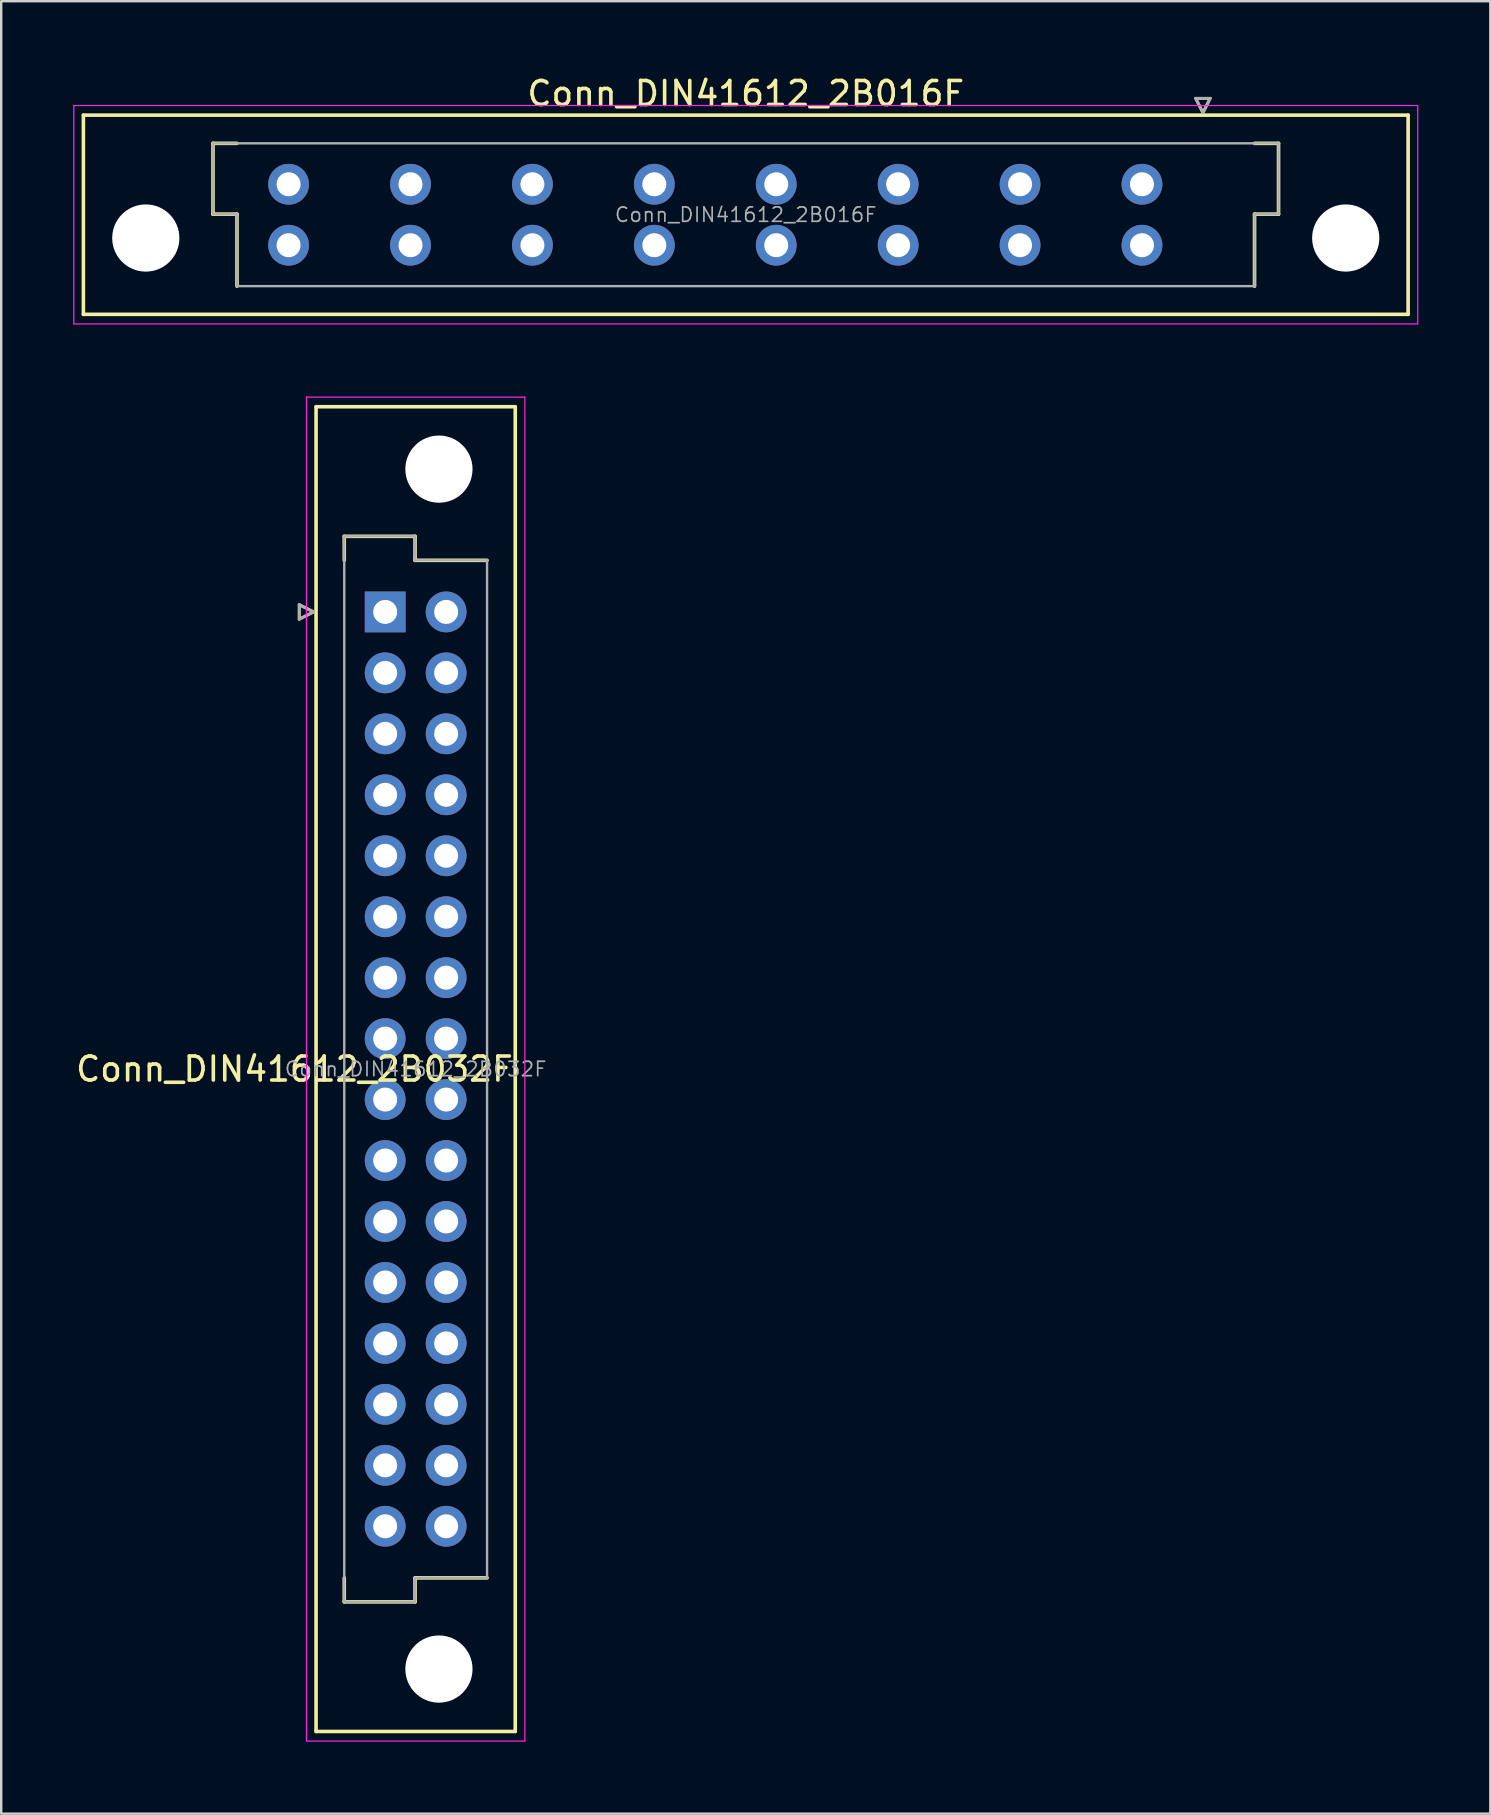
<source format=kicad_pcb>
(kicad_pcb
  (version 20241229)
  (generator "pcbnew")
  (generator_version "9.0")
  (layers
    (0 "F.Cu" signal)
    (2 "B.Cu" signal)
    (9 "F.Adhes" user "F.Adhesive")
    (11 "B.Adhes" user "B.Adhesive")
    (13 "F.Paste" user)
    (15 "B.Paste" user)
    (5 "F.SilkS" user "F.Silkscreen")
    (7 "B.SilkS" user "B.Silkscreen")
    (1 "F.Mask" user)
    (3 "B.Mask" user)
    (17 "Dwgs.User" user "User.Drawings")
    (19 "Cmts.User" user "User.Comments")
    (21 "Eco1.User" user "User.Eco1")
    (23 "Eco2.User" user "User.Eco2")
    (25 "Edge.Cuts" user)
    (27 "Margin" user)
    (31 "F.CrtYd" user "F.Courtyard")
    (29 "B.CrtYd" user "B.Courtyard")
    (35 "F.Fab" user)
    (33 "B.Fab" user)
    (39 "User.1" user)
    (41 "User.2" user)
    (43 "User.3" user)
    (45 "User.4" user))
  (footprint "Conn_DIN41612_2B016F"
    (layer "F.Cu")
    (at 47.075 4.628)
    (property "Reference" "Conn_DIN41612_2B016F" (at -19.05 -3.78 0) (layer "F.SilkS") (effects (font (size 1 1) (thickness 0.15))))
    (attr through_hole)
    (fp_line (start -46.65 -2.88) (end -46.65 5.42) (stroke (width 0.15) (type solid)) (layer "F.SilkS"))
    (fp_line (start -46.65 5.42) (end 8.55 5.42) (stroke (width 0.15) (type solid)) (layer "F.SilkS"))
    (fp_line (start -41.25 -1.705) (end -41.25 1.245) (stroke (width 0.15) (type solid)) (layer "F.SilkS"))
    (fp_line (start -41.25 1.245) (end -40.25 1.245) (stroke (width 0.15) (type solid)) (layer "F.SilkS"))
    (fp_line (start -40.25 -1.705) (end -41.25 -1.705) (stroke (width 0.15) (type solid)) (layer "F.SilkS"))
    (fp_line (start -40.25 1.245) (end -40.25 4.245) (stroke (width 0.15) (type solid)) (layer "F.SilkS"))
    (fp_line (start -0.3 -3.58) (end 0.3 -3.58) (stroke (width 0.12) (type solid)) (layer "F.SilkS"))
    (fp_line (start 0 -2.98) (end -0.3 -3.58) (stroke (width 0.12) (type solid)) (layer "F.SilkS"))
    (fp_line (start 0.3 -3.58) (end 0 -2.98) (stroke (width 0.12) (type solid)) (layer "F.SilkS"))
    (fp_line (start 2.15 1.245) (end 3.15 1.245) (stroke (width 0.15) (type solid)) (layer "F.SilkS"))
    (fp_line (start 2.15 4.245) (end 2.15 1.245) (stroke (width 0.15) (type solid)) (layer "F.SilkS"))
    (fp_line (start 3.15 -1.705) (end 2.15 -1.705) (stroke (width 0.15) (type solid)) (layer "F.SilkS"))
    (fp_line (start 3.15 1.245) (end 3.15 -1.705) (stroke (width 0.15) (type solid)) (layer "F.SilkS"))
    (fp_line (start 8.55 -2.88) (end -46.65 -2.88) (stroke (width 0.15) (type solid)) (layer "F.SilkS"))
    (fp_line (start 8.55 5.42) (end 8.55 -2.88) (stroke (width 0.15) (type solid)) (layer "F.SilkS"))
    (fp_line (start -47.05 -3.28) (end -47.05 5.82) (stroke (width 0.05) (type solid)) (layer "F.CrtYd"))
    (fp_line (start -47.05 5.82) (end 8.95 5.82) (stroke (width 0.05) (type solid)) (layer "F.CrtYd"))
    (fp_line (start 8.95 -3.28) (end -47.05 -3.28) (stroke (width 0.05) (type solid)) (layer "F.CrtYd"))
    (fp_line (start 8.95 5.82) (end 8.95 -3.28) (stroke (width 0.05) (type solid)) (layer "F.CrtYd"))
    (fp_line (start -41.25 -1.705) (end -41.25 1.245) (stroke (width 0.1) (type solid)) (layer "F.Fab"))
    (fp_line (start -41.25 1.245) (end -40.25 1.245) (stroke (width 0.1) (type solid)) (layer "F.Fab"))
    (fp_line (start -40.25 -1.705) (end -41.25 -1.705) (stroke (width 0.1) (type solid)) (layer "F.Fab"))
    (fp_line (start -40.25 1.245) (end -40.25 4.245) (stroke (width 0.1) (type solid)) (layer "F.Fab"))
    (fp_line (start -40.25 4.245) (end 2.15 4.245) (stroke (width 0.1) (type solid)) (layer "F.Fab"))
    (fp_line (start -0.3 -3.58) (end 0.3 -3.58) (stroke (width 0.12) (type solid)) (layer "F.Fab"))
    (fp_line (start 0 -2.98) (end -0.3 -3.58) (stroke (width 0.12) (type solid)) (layer "F.Fab"))
    (fp_line (start 0.3 -3.58) (end 0 -2.98) (stroke (width 0.12) (type solid)) (layer "F.Fab"))
    (fp_line (start 2.15 -1.705) (end -40.25 -1.705) (stroke (width 0.1) (type solid)) (layer "F.Fab"))
    (fp_line (start 2.15 1.245) (end 3.15 1.245) (stroke (width 0.1) (type solid)) (layer "F.Fab"))
    (fp_line (start 2.15 4.245) (end 2.15 1.245) (stroke (width 0.1) (type solid)) (layer "F.Fab"))
    (fp_line (start 3.15 -1.705) (end 2.15 -1.705) (stroke (width 0.1) (type solid)) (layer "F.Fab"))
    (fp_line (start 3.15 1.245) (end 3.15 -1.705) (stroke (width 0.1) (type solid)) (layer "F.Fab"))
    (fp_text user "${REFERENCE}" (at -19.05 1.27 0) (layer "F.Fab") (effects (font (size 0.6 0.6) (thickness 0.07))))
    (pad "" np_thru_hole circle (at -44.05 2.24) (size 2.8 2.8) (drill 2.8) (layers "*.Cu" "*.Mask"))
    (pad "" np_thru_hole circle (at 5.95 2.24) (size 2.8 2.8) (drill 2.8) (layers "*.Cu" "*.Mask"))
    (pad "A2" thru_hole circle (at -2.54 0) (size 1.7 1.7) (drill 1) (layers "*.Cu" "*.Mask"))
    (pad "A4" thru_hole circle (at -7.62 0) (size 1.7 1.7) (drill 1) (layers "*.Cu" "*.Mask"))
    (pad "A6" thru_hole circle (at -12.7 0) (size 1.7 1.7) (drill 1) (layers "*.Cu" "*.Mask"))
    (pad "A8" thru_hole circle (at -17.78 0) (size 1.7 1.7) (drill 1) (layers "*.Cu" "*.Mask"))
    (pad "A10" thru_hole circle (at -22.86 0) (size 1.7 1.7) (drill 1) (layers "*.Cu" "*.Mask"))
    (pad "A12" thru_hole circle (at -27.94 0) (size 1.7 1.7) (drill 1) (layers "*.Cu" "*.Mask"))
    (pad "A14" thru_hole circle (at -33.02 0) (size 1.7 1.7) (drill 1) (layers "*.Cu" "*.Mask"))
    (pad "A16" thru_hole circle (at -38.1 0) (size 1.7 1.7) (drill 1) (layers "*.Cu" "*.Mask"))
    (pad "B2" thru_hole circle (at -2.54 2.54) (size 1.7 1.7) (drill 1) (layers "*.Cu" "*.Mask"))
    (pad "B4" thru_hole circle (at -7.62 2.54) (size 1.7 1.7) (drill 1) (layers "*.Cu" "*.Mask"))
    (pad "B6" thru_hole circle (at -12.7 2.54) (size 1.7 1.7) (drill 1) (layers "*.Cu" "*.Mask"))
    (pad "B8" thru_hole circle (at -17.78 2.54) (size 1.7 1.7) (drill 1) (layers "*.Cu" "*.Mask"))
    (pad "B10" thru_hole circle (at -22.86 2.54) (size 1.7 1.7) (drill 1) (layers "*.Cu" "*.Mask"))
    (pad "B12" thru_hole circle (at -27.94 2.54) (size 1.7 1.7) (drill 1) (layers "*.Cu" "*.Mask"))
    (pad "B14" thru_hole circle (at -33.02 2.54) (size 1.7 1.7) (drill 1) (layers "*.Cu" "*.Mask"))
    (pad "B16" thru_hole circle (at -38.1 2.54) (size 1.7 1.7) (drill 1) (layers "*.Cu" "*.Mask")))
  (footprint "Conn_DIN41612_2B032F"
    (layer "F.Cu")
    (at 13 22.448)
    (property "Reference" "Conn_DIN41612_2B032F" (at -3.78 19.05 0) (layer "F.SilkS") (effects (font (size 1 1) (thickness 0.15))))
    (attr through_hole)
    (fp_line (start -3.58 -0.3) (end -3.58 0.3) (stroke (width 0.12) (type solid)) (layer "F.SilkS"))
    (fp_line (start -3.58 0.3) (end -2.98 0) (stroke (width 0.12) (type solid)) (layer "F.SilkS"))
    (fp_line (start -2.98 0) (end -3.58 -0.3) (stroke (width 0.12) (type solid)) (layer "F.SilkS"))
    (fp_line (start -2.88 -8.55) (end -2.88 46.65) (stroke (width 0.15) (type solid)) (layer "F.SilkS"))
    (fp_line (start -2.88 46.65) (end 5.42 46.65) (stroke (width 0.15) (type solid)) (layer "F.SilkS"))
    (fp_line (start -1.705 -3.15) (end 1.245 -3.15) (stroke (width 0.15) (type solid)) (layer "F.SilkS"))
    (fp_line (start -1.705 -2.15) (end -1.705 -3.15) (stroke (width 0.15) (type solid)) (layer "F.SilkS"))
    (fp_line (start -1.705 41.25) (end -1.705 40.25) (stroke (width 0.15) (type solid)) (layer "F.SilkS"))
    (fp_line (start 1.245 -3.15) (end 1.245 -2.15) (stroke (width 0.15) (type solid)) (layer "F.SilkS"))
    (fp_line (start 1.245 -2.15) (end 4.245 -2.15) (stroke (width 0.15) (type solid)) (layer "F.SilkS"))
    (fp_line (start 1.245 40.25) (end 1.245 41.25) (stroke (width 0.15) (type solid)) (layer "F.SilkS"))
    (fp_line (start 1.245 41.25) (end -1.705 41.25) (stroke (width 0.15) (type solid)) (layer "F.SilkS"))
    (fp_line (start 4.245 40.25) (end 1.245 40.25) (stroke (width 0.15) (type solid)) (layer "F.SilkS"))
    (fp_line (start 5.42 -8.55) (end -2.88 -8.55) (stroke (width 0.15) (type solid)) (layer "F.SilkS"))
    (fp_line (start 5.42 46.65) (end 5.42 -8.55) (stroke (width 0.15) (type solid)) (layer "F.SilkS"))
    (fp_line (start -3.28 -8.95) (end -3.28 47.05) (stroke (width 0.05) (type solid)) (layer "F.CrtYd"))
    (fp_line (start -3.28 47.05) (end 5.82 47.05) (stroke (width 0.05) (type solid)) (layer "F.CrtYd"))
    (fp_line (start 5.82 -8.95) (end -3.28 -8.95) (stroke (width 0.05) (type solid)) (layer "F.CrtYd"))
    (fp_line (start 5.82 47.05) (end 5.82 -8.95) (stroke (width 0.05) (type solid)) (layer "F.CrtYd"))
    (fp_line (start -3.58 -0.3) (end -3.58 0.3) (stroke (width 0.12) (type solid)) (layer "F.Fab"))
    (fp_line (start -3.58 0.3) (end -2.98 0) (stroke (width 0.12) (type solid)) (layer "F.Fab"))
    (fp_line (start -2.98 0) (end -3.58 -0.3) (stroke (width 0.12) (type solid)) (layer "F.Fab"))
    (fp_line (start -1.705 -3.15) (end 1.245 -3.15) (stroke (width 0.1) (type solid)) (layer "F.Fab"))
    (fp_line (start -1.705 -2.15) (end -1.705 -3.15) (stroke (width 0.1) (type solid)) (layer "F.Fab"))
    (fp_line (start -1.705 40.25) (end -1.705 -2.15) (stroke (width 0.1) (type solid)) (layer "F.Fab"))
    (fp_line (start -1.705 41.25) (end -1.705 40.25) (stroke (width 0.1) (type solid)) (layer "F.Fab"))
    (fp_line (start 1.245 -3.15) (end 1.245 -2.15) (stroke (width 0.1) (type solid)) (layer "F.Fab"))
    (fp_line (start 1.245 -2.15) (end 4.245 -2.15) (stroke (width 0.1) (type solid)) (layer "F.Fab"))
    (fp_line (start 1.245 40.25) (end 1.245 41.25) (stroke (width 0.1) (type solid)) (layer "F.Fab"))
    (fp_line (start 1.245 41.25) (end -1.705 41.25) (stroke (width 0.1) (type solid)) (layer "F.Fab"))
    (fp_line (start 4.245 -2.15) (end 4.245 40.25) (stroke (width 0.1) (type solid)) (layer "F.Fab"))
    (fp_line (start 4.245 40.25) (end 1.245 40.25) (stroke (width 0.1) (type solid)) (layer "F.Fab"))
    (fp_text user "${REFERENCE}" (at 1.27 19.05 0) (layer "F.Fab") (effects (font (size 0.6 0.6) (thickness 0.07))))
    (pad "" np_thru_hole circle (at 2.24 -5.95) (size 2.8 2.8) (drill 2.8) (layers "*.Cu" "*.Mask"))
    (pad "" np_thru_hole circle (at 2.24 44.05) (size 2.8 2.8) (drill 2.8) (layers "*.Cu" "*.Mask"))
    (pad "A1" thru_hole rect (at 0 0) (size 1.7 1.7) (drill 1) (layers "*.Cu" "*.Mask"))
    (pad "A2" thru_hole circle (at 0 2.54) (size 1.7 1.7) (drill 1) (layers "*.Cu" "*.Mask"))
    (pad "A3" thru_hole circle (at 0 5.08) (size 1.7 1.7) (drill 1) (layers "*.Cu" "*.Mask"))
    (pad "A4" thru_hole circle (at 0 7.62) (size 1.7 1.7) (drill 1) (layers "*.Cu" "*.Mask"))
    (pad "A5" thru_hole circle (at 0 10.16) (size 1.7 1.7) (drill 1) (layers "*.Cu" "*.Mask"))
    (pad "A6" thru_hole circle (at 0 12.7) (size 1.7 1.7) (drill 1) (layers "*.Cu" "*.Mask"))
    (pad "A7" thru_hole circle (at 0 15.24) (size 1.7 1.7) (drill 1) (layers "*.Cu" "*.Mask"))
    (pad "A8" thru_hole circle (at 0 17.78) (size 1.7 1.7) (drill 1) (layers "*.Cu" "*.Mask"))
    (pad "A9" thru_hole circle (at 0 20.32) (size 1.7 1.7) (drill 1) (layers "*.Cu" "*.Mask"))
    (pad "A10" thru_hole circle (at 0 22.86) (size 1.7 1.7) (drill 1) (layers "*.Cu" "*.Mask"))
    (pad "A11" thru_hole circle (at 0 25.4) (size 1.7 1.7) (drill 1) (layers "*.Cu" "*.Mask"))
    (pad "A12" thru_hole circle (at 0 27.94) (size 1.7 1.7) (drill 1) (layers "*.Cu" "*.Mask"))
    (pad "A13" thru_hole circle (at 0 30.48) (size 1.7 1.7) (drill 1) (layers "*.Cu" "*.Mask"))
    (pad "A14" thru_hole circle (at 0 33.02) (size 1.7 1.7) (drill 1) (layers "*.Cu" "*.Mask"))
    (pad "A15" thru_hole circle (at 0 35.56) (size 1.7 1.7) (drill 1) (layers "*.Cu" "*.Mask"))
    (pad "A16" thru_hole circle (at 0 38.1) (size 1.7 1.7) (drill 1) (layers "*.Cu" "*.Mask"))
    (pad "B1" thru_hole circle (at 2.54 0) (size 1.7 1.7) (drill 1) (layers "*.Cu" "*.Mask"))
    (pad "B2" thru_hole circle (at 2.54 2.54) (size 1.7 1.7) (drill 1) (layers "*.Cu" "*.Mask"))
    (pad "B3" thru_hole circle (at 2.54 5.08) (size 1.7 1.7) (drill 1) (layers "*.Cu" "*.Mask"))
    (pad "B4" thru_hole circle (at 2.54 7.62) (size 1.7 1.7) (drill 1) (layers "*.Cu" "*.Mask"))
    (pad "B5" thru_hole circle (at 2.54 10.16) (size 1.7 1.7) (drill 1) (layers "*.Cu" "*.Mask"))
    (pad "B6" thru_hole circle (at 2.54 12.7) (size 1.7 1.7) (drill 1) (layers "*.Cu" "*.Mask"))
    (pad "B7" thru_hole circle (at 2.54 15.24) (size 1.7 1.7) (drill 1) (layers "*.Cu" "*.Mask"))
    (pad "B8" thru_hole circle (at 2.54 17.78) (size 1.7 1.7) (drill 1) (layers "*.Cu" "*.Mask"))
    (pad "B9" thru_hole circle (at 2.54 20.32) (size 1.7 1.7) (drill 1) (layers "*.Cu" "*.Mask"))
    (pad "B10" thru_hole circle (at 2.54 22.86) (size 1.7 1.7) (drill 1) (layers "*.Cu" "*.Mask"))
    (pad "B11" thru_hole circle (at 2.54 25.4) (size 1.7 1.7) (drill 1) (layers "*.Cu" "*.Mask"))
    (pad "B12" thru_hole circle (at 2.54 27.94) (size 1.7 1.7) (drill 1) (layers "*.Cu" "*.Mask"))
    (pad "B13" thru_hole circle (at 2.54 30.48) (size 1.7 1.7) (drill 1) (layers "*.Cu" "*.Mask"))
    (pad "B14" thru_hole circle (at 2.54 33.02) (size 1.7 1.7) (drill 1) (layers "*.Cu" "*.Mask"))
    (pad "B15" thru_hole circle (at 2.54 35.56) (size 1.7 1.7) (drill 1) (layers "*.Cu" "*.Mask"))
    (pad "B16" thru_hole circle (at 2.54 38.1) (size 1.7 1.7) (drill 1) (layers "*.Cu" "*.Mask")))
  (gr_rect
    (start -3 -3)
    (end 59.05 72.523)
    (stroke (width 0.1) (type default))
    (fill no)
    (layer "Edge.Cuts")))
</source>
